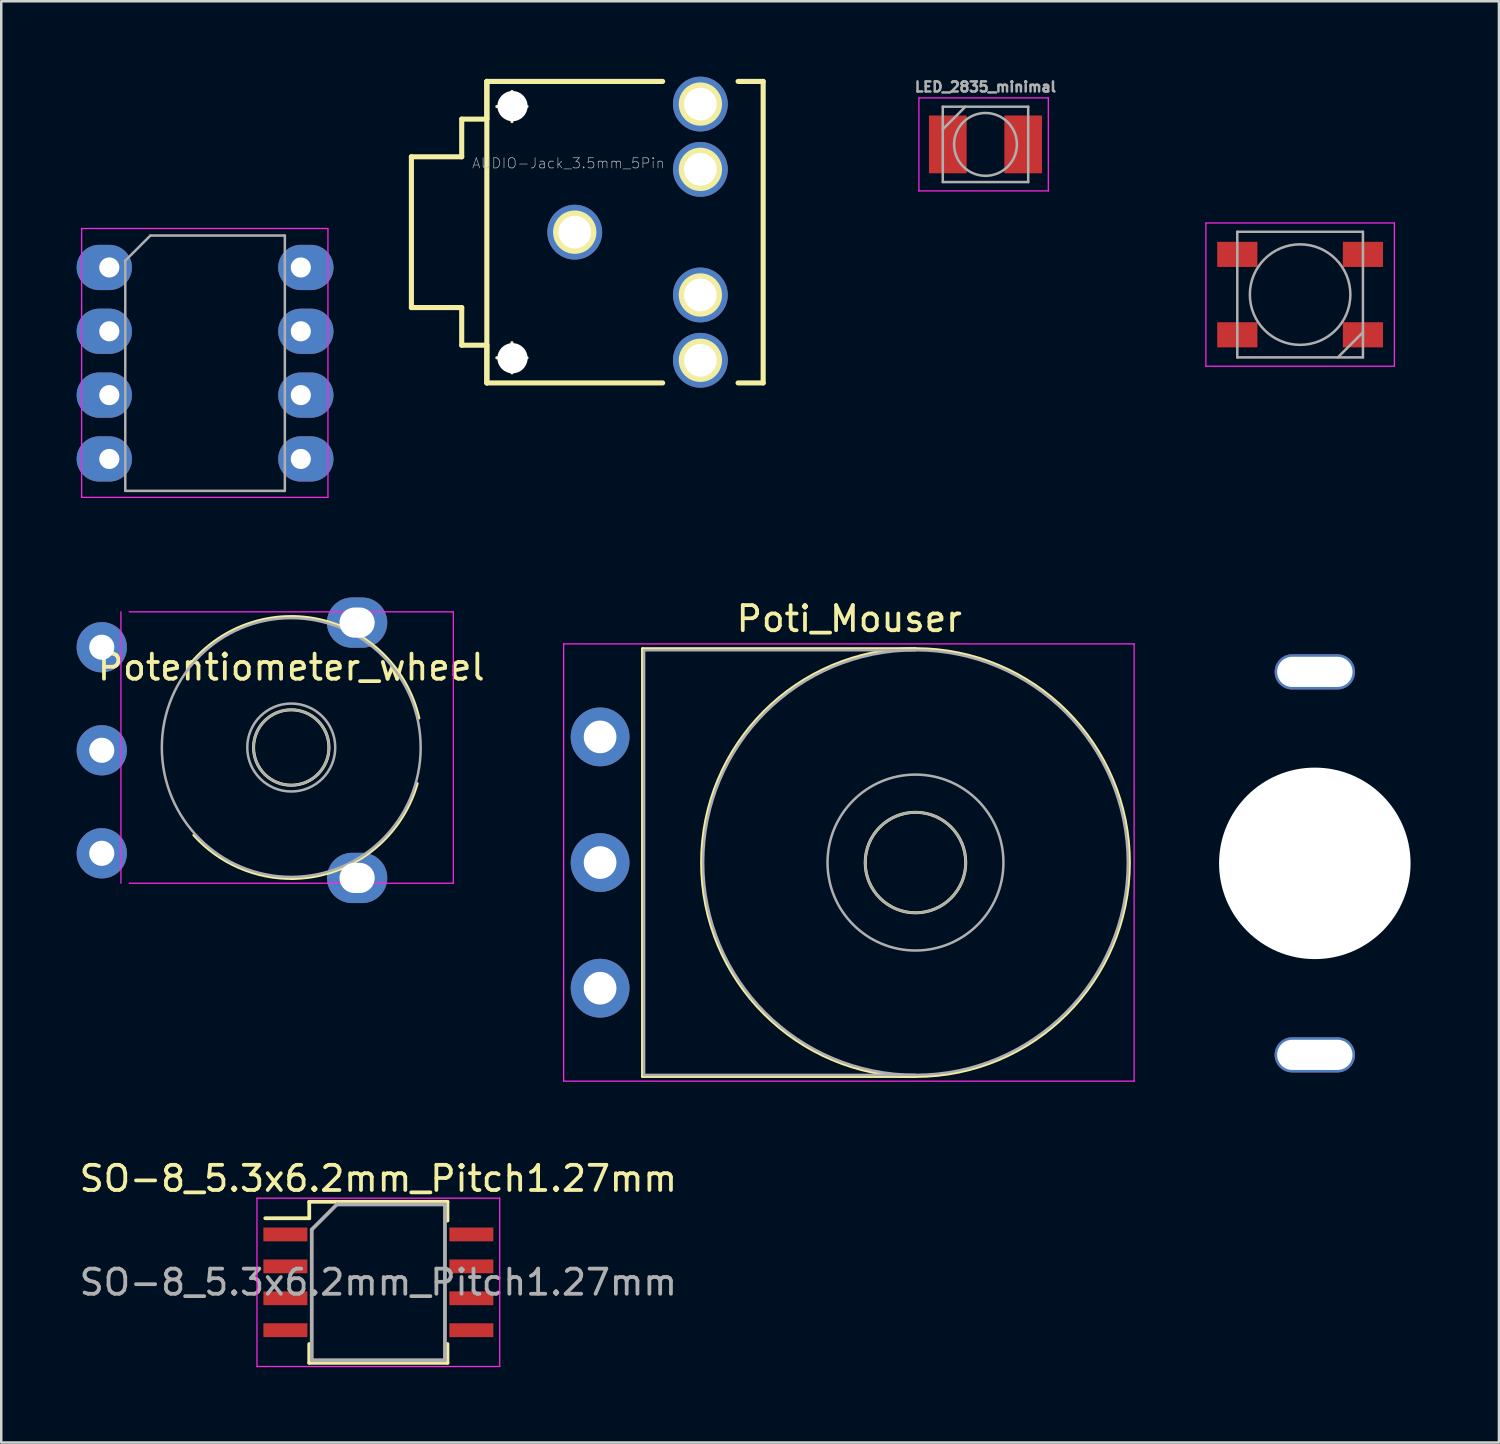
<source format=kicad_pcb>
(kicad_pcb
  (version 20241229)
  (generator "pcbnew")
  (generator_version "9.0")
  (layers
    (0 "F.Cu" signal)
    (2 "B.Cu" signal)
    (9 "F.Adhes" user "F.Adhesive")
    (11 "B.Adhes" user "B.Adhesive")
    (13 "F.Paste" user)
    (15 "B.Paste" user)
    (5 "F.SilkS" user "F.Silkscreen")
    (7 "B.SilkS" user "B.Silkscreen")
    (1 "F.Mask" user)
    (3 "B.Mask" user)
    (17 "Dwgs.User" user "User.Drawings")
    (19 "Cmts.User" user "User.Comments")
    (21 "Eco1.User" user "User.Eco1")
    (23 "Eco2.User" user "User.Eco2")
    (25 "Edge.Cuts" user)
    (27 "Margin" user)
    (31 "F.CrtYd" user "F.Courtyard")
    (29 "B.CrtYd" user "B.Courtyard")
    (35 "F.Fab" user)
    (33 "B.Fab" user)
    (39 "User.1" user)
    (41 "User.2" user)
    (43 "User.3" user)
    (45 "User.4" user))
  (footprint "Poti_Mouser"
    (layer "F.Cu")
    (at 20.83 36.274)
    (property "Reference" "Poti_Mouser" (at 9.915 -14.7 0) (layer "F.SilkS") (effects (font (size 1 1) (thickness 0.15))))
    (attr through_hole)
    (fp_line (start 1.69 -13.51) (end 1.69 3.51) (stroke (width 0.12) (type solid)) (layer "F.SilkS"))
    (fp_line (start 1.69 -13.51) (end 12.55 -13.51) (stroke (width 0.12) (type solid)) (layer "F.SilkS"))
    (fp_line (start 1.69 3.51) (end 12.55 3.51) (stroke (width 0.12) (type solid)) (layer "F.SilkS"))
    (fp_circle (center 12.55 -5) (end 14.55 -5) (stroke (width 0.12) (type solid)) (fill no) (layer "F.SilkS"))
    (fp_circle (center 12.55 -5) (end 21.06 -5) (stroke (width 0.12) (type solid)) (fill no) (layer "F.SilkS"))
    (fp_line (start -1.45 -13.7) (end -1.45 3.7) (stroke (width 0.05) (type solid)) (layer "F.CrtYd"))
    (fp_line (start -1.45 3.7) (end 21.25 3.7) (stroke (width 0.05) (type solid)) (layer "F.CrtYd"))
    (fp_line (start 21.25 -13.7) (end -1.45 -13.7) (stroke (width 0.05) (type solid)) (layer "F.CrtYd"))
    (fp_line (start 21.25 3.7) (end 21.25 -13.7) (stroke (width 0.05) (type solid)) (layer "F.CrtYd"))
    (fp_line (start 1.75 -13.45) (end 1.75 3.45) (stroke (width 0.1) (type solid)) (layer "F.Fab"))
    (fp_line (start 1.75 3.45) (end 12.55 3.45) (stroke (width 0.1) (type solid)) (layer "F.Fab"))
    (fp_line (start 12.55 -13.45) (end 1.75 -13.45) (stroke (width 0.1) (type solid)) (layer "F.Fab"))
    (fp_circle (center 12.55 -5) (end 14.55 -5) (stroke (width 0.1) (type solid)) (fill no) (layer "F.Fab"))
    (fp_circle (center 12.55 -5) (end 16.05 -5) (stroke (width 0.1) (type solid)) (fill no) (layer "F.Fab"))
    (fp_circle (center 12.55 -5) (end 21 -5) (stroke (width 0.1) (type solid)) (fill no) (layer "F.Fab"))
    (pad "1" thru_hole circle (at 0 0) (size 2.34 2.34) (drill 1.3) (layers "*.Cu" "*.Mask"))
    (pad "2" thru_hole circle (at 0 -5) (size 2.34 2.34) (drill 1.3) (layers "*.Cu" "*.Mask"))
    (pad "3" thru_hole circle (at 0 -10) (size 2.34 2.34) (drill 1.3) (layers "*.Cu" "*.Mask")))
  (footprint "SO-8_5.3x6.2mm_Pitch1.27mm"
    (layer "F.Cu")
    (at 12.006 47.978)
    (property "Reference" "SO-8_5.3x6.2mm_Pitch1.27mm" (at 0 -4.13 0) (layer "F.SilkS") (effects (font (size 1 1) (thickness 0.15))))
    (attr smd)
    (fp_line (start -2.75 -3.205) (end -2.75 -2.55) (stroke (width 0.15) (type solid)) (layer "F.SilkS"))
    (fp_line (start -2.75 -3.205) (end 2.75 -3.205) (stroke (width 0.15) (type solid)) (layer "F.SilkS"))
    (fp_line (start -2.75 -2.55) (end -4.5 -2.55) (stroke (width 0.15) (type solid)) (layer "F.SilkS"))
    (fp_line (start -2.75 3.205) (end -2.75 2.455) (stroke (width 0.15) (type solid)) (layer "F.SilkS"))
    (fp_line (start -2.75 3.205) (end 2.75 3.205) (stroke (width 0.15) (type solid)) (layer "F.SilkS"))
    (fp_line (start 2.75 -3.205) (end 2.75 -2.455) (stroke (width 0.15) (type solid)) (layer "F.SilkS"))
    (fp_line (start 2.75 3.205) (end 2.75 2.455) (stroke (width 0.15) (type solid)) (layer "F.SilkS"))
    (fp_line (start -4.83 -3.35) (end -4.83 3.35) (stroke (width 0.05) (type solid)) (layer "F.CrtYd"))
    (fp_line (start -4.83 -3.35) (end 4.83 -3.35) (stroke (width 0.05) (type solid)) (layer "F.CrtYd"))
    (fp_line (start -4.83 3.35) (end 4.83 3.35) (stroke (width 0.05) (type solid)) (layer "F.CrtYd"))
    (fp_line (start 4.83 -3.35) (end 4.83 3.35) (stroke (width 0.05) (type solid)) (layer "F.CrtYd"))
    (fp_line (start -2.65 -2.1) (end -1.65 -3.1) (stroke (width 0.15) (type solid)) (layer "F.Fab"))
    (fp_line (start -2.65 3.1) (end -2.65 -2.1) (stroke (width 0.15) (type solid)) (layer "F.Fab"))
    (fp_line (start -1.65 -3.1) (end 2.65 -3.1) (stroke (width 0.15) (type solid)) (layer "F.Fab"))
    (fp_line (start 2.65 -3.1) (end 2.65 3.1) (stroke (width 0.15) (type solid)) (layer "F.Fab"))
    (fp_line (start 2.65 3.1) (end -2.65 3.1) (stroke (width 0.15) (type solid)) (layer "F.Fab"))
    (fp_text user "${REFERENCE}" (at 0 0 0) (layer "F.Fab") (effects (font (size 1 1) (thickness 0.15))))
    (pad "1" smd rect (at -3.7 -1.905) (size 1.75 0.55) (layers "F.Cu" "F.Mask" "F.Paste"))
    (pad "2" smd rect (at -3.7 -0.635) (size 1.75 0.55) (layers "F.Cu" "F.Mask" "F.Paste"))
    (pad "3" smd rect (at -3.7 0.635) (size 1.75 0.55) (layers "F.Cu" "F.Mask" "F.Paste"))
    (pad "4" smd rect (at -3.7 1.905) (size 1.75 0.55) (layers "F.Cu" "F.Mask" "F.Paste"))
    (pad "5" smd rect (at 3.7 1.905) (size 1.75 0.55) (layers "F.Cu" "F.Mask" "F.Paste"))
    (pad "6" smd rect (at 3.7 0.635) (size 1.75 0.55) (layers "F.Cu" "F.Mask" "F.Paste"))
    (pad "7" smd rect (at 3.7 -0.635) (size 1.75 0.55) (layers "F.Cu" "F.Mask" "F.Paste"))
    (pad "8" smd rect (at 3.7 -1.905) (size 1.75 0.55) (layers "F.Cu" "F.Mask" "F.Paste")))
  (footprint "Push_SWITCH_hole"
    (layer "F.Cu")
    (at 49.271 31.306)
    (property "Reference" "Push_SWITCH_hole" (at -3.048 -3.556 90) (layer "Eco2.User") (effects (font (size 1 1) (thickness 0.178))))
    (attr exclude_from_pos_files exclude_from_bom)
    (fp_circle (center 0 0) (end -1.27 2.794) (stroke (width 0.15) (type solid)) (fill no) (layer "Dwgs.User"))
    (fp_line (start -4.064 -5.588) (end -4.064 5.334) (stroke (width 0.203) (type solid)) (layer "Eco2.User"))
    (fp_line (start -4.064 5.334) (end -3.048 6.35) (stroke (width 0.15) (type solid)) (layer "Eco2.User"))
    (fp_line (start -3.302 -6.35) (end -4.064 -5.588) (stroke (width 0.15) (type solid)) (layer "Eco2.User"))
    (fp_line (start -1.778 6.35) (end -3.048 6.35) (stroke (width 0.203) (type solid)) (layer "Eco2.User"))
    (fp_line (start -1.748 -6.35) (end -3.302 -6.35) (stroke (width 0.203) (type solid)) (layer "Eco2.User"))
    (fp_line (start 3.048 6.35) (end 1.748 6.35) (stroke (width 0.203) (type solid)) (layer "Eco2.User"))
    (fp_line (start 3.302 -6.35) (end 1.748 -6.35) (stroke (width 0.203) (type solid)) (layer "Eco2.User"))
    (fp_line (start 3.302 -6.35) (end 4.064 -5.588) (stroke (width 0.15) (type solid)) (layer "Eco2.User"))
    (fp_line (start 4.064 5.334) (end 3.048 6.35) (stroke (width 0.15) (type solid)) (layer "Eco2.User"))
    (fp_line (start 4.064 5.334) (end 4.064 -5.588) (stroke (width 0.203) (type solid)) (layer "Eco2.User"))
    (fp_circle (center 0 0) (end -1.524 1.778) (stroke (width 0.15) (type solid)) (fill no) (layer "Eco2.User"))
    (pad "" np_thru_hole circle (at 0 0) (size 7.62 7.62) (drill 7.62) (layers "*.Cu" "*.Mask"))
    (pad "1" thru_hole oval (at 0 -7.62) (size 3.2 1.4) (drill oval 3 1.2) (layers "F.Cu" "F.Mask"))
    (pad "2" thru_hole oval (at 0 7.62) (size 3.2 1.4) (drill oval 3 1.2) (layers "F.Cu" "F.Mask")))
  (footprint "LED_2835_minimal"
    (layer "F.Cu")
    (at 36.166 2.696)
    (property "Reference" "LED_2835_minimal" (at 0 0 0) (layer "Eco2.User") (effects (font (size 1 0.8) (thickness 0.15))))
    (attr smd)
    (fp_line (start -2.65 -1.85) (end 2.5 -1.85) (stroke (width 0.05) (type solid)) (layer "F.CrtYd"))
    (fp_line (start -2.65 1.85) (end -2.65 -1.85) (stroke (width 0.05) (type solid)) (layer "F.CrtYd"))
    (fp_line (start 2.5 -1.85) (end 2.5 1.85) (stroke (width 0.05) (type solid)) (layer "F.CrtYd"))
    (fp_line (start 2.5 1.85) (end -2.65 1.85) (stroke (width 0.05) (type solid)) (layer "F.CrtYd"))
    (fp_line (start -1.7 -1.5) (end -1.7 1.5) (stroke (width 0.1) (type solid)) (layer "F.Fab"))
    (fp_line (start -1.7 -0.6) (end -0.8 -1.5) (stroke (width 0.1) (type solid)) (layer "F.Fab"))
    (fp_line (start -1.7 1.5) (end 1.7 1.5) (stroke (width 0.1) (type solid)) (layer "F.Fab"))
    (fp_line (start 1.7 -1.5) (end -1.7 -1.5) (stroke (width 0.1) (type solid)) (layer "F.Fab"))
    (fp_line (start 1.7 1.5) (end 1.7 -1.5) (stroke (width 0.1) (type solid)) (layer "F.Fab"))
    (fp_circle (center 0 0) (end 0 -1.25) (stroke (width 0.1) (type solid)) (fill no) (layer "F.Fab"))
    (fp_text user "${REFERENCE}" (at 0 -2.286 0) (layer "F.Fab") (effects (font (size 0.4 0.4) (thickness 0.1))))
    (pad "1" smd rect (at -1.5 0) (size 1.5 2.3) (layers "F.Cu" "F.Mask" "F.Paste"))
    (pad "2" smd rect (at 1.5 0) (size 1.5 2.3) (layers "F.Cu" "F.Mask" "F.Paste")))
  (footprint "Potentiometer_wheel"
    (layer "F.Cu")
    (at 8.62 26.806)
    (property "Reference" "Potentiometer_wheel" (at -0.08 -3.302 0) (layer "F.SilkS") (effects (font (size 1 1) (thickness 0.15))))
    (attr through_hole)
    (fp_arc (start -4.070617 -3.459947) (mid 1.137378 -5.176079) (end 4.997 -1.281) (stroke (width 0.12) (type solid)) (layer "F.SilkS"))
    (fp_arc (start 0.010657 5.099257) (mid -2.157749 4.667817) (end -3.952 3.376) (stroke (width 0.12) (type solid)) (layer "F.SilkS"))
    (fp_arc (start 4.928173 1.326071) (mid 3.055456 4.050891) (end -0.08 5.1) (stroke (width 0.12) (type solid)) (layer "F.SilkS"))
    (fp_circle (center -0.08 -0.11) (end 1.42 -0.11) (stroke (width 0.12) (type solid)) (fill no) (layer "F.SilkS"))
    (fp_line (start -6.858 -5.51) (end -6.858 5.29) (stroke (width 0.05) (type solid)) (layer "F.CrtYd"))
    (fp_line (start -6.53 5.29) (end 6.37 5.29) (stroke (width 0.05) (type solid)) (layer "F.CrtYd"))
    (fp_line (start 6.37 -5.51) (end -6.53 -5.51) (stroke (width 0.05) (type solid)) (layer "F.CrtYd"))
    (fp_line (start 6.37 5.29) (end 6.37 -5.51) (stroke (width 0.05) (type solid)) (layer "F.CrtYd"))
    (fp_circle (center -0.08 -0.11) (end 1.42 -0.11) (stroke (width 0.1) (type solid)) (fill no) (layer "F.Fab"))
    (fp_circle (center -0.08 -0.11) (end 1.67 -0.11) (stroke (width 0.1) (type solid)) (fill no) (layer "F.Fab"))
    (fp_circle (center -0.08 -0.11) (end 5.07 -0.11) (stroke (width 0.1) (type solid)) (fill no) (layer "F.Fab"))
    (pad "" thru_hole oval (at 2.54 -5.08) (size 2.4 2) (drill oval 1.4 1.2) (layers "*.Cu" "*.Mask"))
    (pad "" thru_hole oval (at 2.54 5.08) (size 2.4 2) (drill oval 1.4 1.2) (layers "*.Cu" "*.Mask"))
    (pad "1" thru_hole circle (at -7.62 -4.1) (size 2 2) (drill 1) (layers "*.Cu" "*.Mask"))
    (pad "2" thru_hole circle (at -7.62 0) (size 2 2) (drill 1) (layers "*.Cu" "*.Mask"))
    (pad "3" thru_hole circle (at -7.62 4.1) (size 2 2) (drill 1) (layers "*.Cu" "*.Mask")))
  (footprint "Mixtape_NEO_WS2812B"
    (layer "F.Cu")
    (at 48.686 8.673)
    (property "Reference" "Mixtape_NEO_WS2812B" (at 4.064 0 90) (layer "Eco2.User") (effects (font (size 1 1) (thickness 0.15))))
    (attr smd)
    (fp_line (start -3.75 -2.85) (end -3.75 2.85) (stroke (width 0.05) (type solid)) (layer "F.CrtYd"))
    (fp_line (start -3.75 2.85) (end 3.75 2.85) (stroke (width 0.05) (type solid)) (layer "F.CrtYd"))
    (fp_line (start 3.75 -2.85) (end -3.75 -2.85) (stroke (width 0.05) (type solid)) (layer "F.CrtYd"))
    (fp_line (start 3.75 2.85) (end 3.75 -2.85) (stroke (width 0.05) (type solid)) (layer "F.CrtYd"))
    (fp_line (start -2.5 -2.5) (end -2.5 2.5) (stroke (width 0.1) (type solid)) (layer "F.Fab"))
    (fp_line (start -2.5 2.5) (end 2.5 2.5) (stroke (width 0.1) (type solid)) (layer "F.Fab"))
    (fp_line (start 2.5 -2.5) (end -2.5 -2.5) (stroke (width 0.1) (type solid)) (layer "F.Fab"))
    (fp_line (start 2.5 1.5) (end 1.5 2.5) (stroke (width 0.1) (type solid)) (layer "F.Fab"))
    (fp_line (start 2.5 2.5) (end 2.5 -2.5) (stroke (width 0.1) (type solid)) (layer "F.Fab"))
    (fp_circle (center 0 0) (end 0 -2) (stroke (width 0.1) (type solid)) (fill no) (layer "F.Fab"))
    (pad "1" smd rect (at -2.5 -1.6) (size 1.6 1) (layers "F.Cu" "F.Mask" "F.Paste"))
    (pad "2" smd rect (at -2.5 1.6) (size 1.6 1) (layers "F.Cu" "F.Mask" "F.Paste"))
    (pad "3" smd rect (at 2.5 1.6) (size 1.6 1) (layers "F.Cu" "F.Mask" "F.Paste"))
    (pad "4" smd rect (at 2.5 -1.6) (size 1.6 1) (layers "F.Cu" "F.Mask" "F.Paste")))
  (footprint "AUDIO-Jack_3.5mm_5Pin"
    (layer "F.Cu")
    (at 19.821 6.189)
    (property "Reference" "AUDIO-Jack_3.5mm_5Pin" (at -0.254 -2.743 0) (layer "Dwgs.User") (effects (font (size 0.406 0.406) (thickness 0.025))))
    (attr exclude_from_pos_files exclude_from_bom)
    (fp_line (start -6.5 -3) (end -6.5 3) (stroke (width 0.203) (type solid)) (layer "F.SilkS"))
    (fp_line (start -6.5 -3) (end -4.498 -3) (stroke (width 0.203) (type solid)) (layer "F.SilkS"))
    (fp_line (start -6.5 3) (end -4.498 3) (stroke (width 0.203) (type solid)) (layer "F.SilkS"))
    (fp_line (start -4.498 -4.498) (end -4.498 -3) (stroke (width 0.203) (type solid)) (layer "F.SilkS"))
    (fp_line (start -4.498 -4.498) (end -3.498 -4.498) (stroke (width 0.203) (type solid)) (layer "F.SilkS"))
    (fp_line (start -4.498 3) (end -4.498 4.498) (stroke (width 0.203) (type solid)) (layer "F.SilkS"))
    (fp_line (start -4.498 4.498) (end -3.498 4.498) (stroke (width 0.203) (type solid)) (layer "F.SilkS"))
    (fp_line (start -3.498 -5.999) (end -3.498 -4.498) (stroke (width 0.203) (type solid)) (layer "F.SilkS"))
    (fp_line (start -3.498 -5.999) (end -3.498 5.999) (stroke (width 0.203) (type solid)) (layer "F.SilkS"))
    (fp_line (start -3.498 -5.999) (end 3.498 -5.999) (stroke (width 0.203) (type solid)) (layer "F.SilkS"))
    (fp_line (start -3.498 4.498) (end -3.498 5.999) (stroke (width 0.203) (type solid)) (layer "F.SilkS"))
    (fp_line (start -3.498 5.999) (end 3.498 5.999) (stroke (width 0.203) (type solid)) (layer "F.SilkS"))
    (fp_line (start -3.099 -4.999) (end -1.9 -4.999) (stroke (width 0.127) (type solid)) (layer "F.SilkS"))
    (fp_line (start -3.099 4.999) (end -1.9 4.999) (stroke (width 0.127) (type solid)) (layer "F.SilkS"))
    (fp_line (start -2.499 -4.399) (end -2.499 -5.598) (stroke (width 0.127) (type solid)) (layer "F.SilkS"))
    (fp_line (start -2.499 5.598) (end -2.499 4.399) (stroke (width 0.127) (type solid)) (layer "F.SilkS"))
    (fp_line (start 7.498 -5.999) (end 6.5 -5.999) (stroke (width 0.203) (type solid)) (layer "F.SilkS"))
    (fp_line (start 7.498 -5.999) (end 7.498 5.999) (stroke (width 0.203) (type solid)) (layer "F.SilkS"))
    (fp_line (start 7.498 5.999) (end 6.5 5.999) (stroke (width 0.203) (type solid)) (layer "F.SilkS"))
    (fp_circle (center -2.499 -4.999) (end -2.799 -5.298) (stroke (width 0.127) (type solid)) (fill no) (layer "F.SilkS"))
    (fp_circle (center -2.499 4.999) (end -2.799 5.298) (stroke (width 0.127) (type solid)) (fill no) (layer "F.SilkS"))
    (fp_circle (center 0 0) (end -0.61 0.61) (stroke (width 0) (type solid)) (fill yes) (layer "F.SilkS"))
    (fp_circle (center 0 0) (end -0.33 0.33) (stroke (width 0) (type solid)) (fill yes) (layer "F.SilkS"))
    (fp_circle (center 4.999 -5.098) (end 5.329 -5.428) (stroke (width 0) (type solid)) (fill yes) (layer "F.SilkS"))
    (fp_circle (center 4.999 -5.098) (end 5.608 -5.707) (stroke (width 0) (type solid)) (fill yes) (layer "F.SilkS"))
    (fp_circle (center 4.999 -2.499) (end 5.329 -2.83) (stroke (width 0) (type solid)) (fill yes) (layer "F.SilkS"))
    (fp_circle (center 4.999 -2.499) (end 5.608 -3.109) (stroke (width 0) (type solid)) (fill yes) (layer "F.SilkS"))
    (fp_circle (center 4.999 2.499) (end 5.329 2.83) (stroke (width 0) (type solid)) (fill yes) (layer "F.SilkS"))
    (fp_circle (center 4.999 2.499) (end 5.608 3.109) (stroke (width 0) (type solid)) (fill yes) (layer "F.SilkS"))
    (fp_circle (center 4.999 5.098) (end 5.329 5.428) (stroke (width 0) (type solid)) (fill yes) (layer "F.SilkS"))
    (fp_circle (center 4.999 5.098) (end 5.608 5.707) (stroke (width 0) (type solid)) (fill yes) (layer "F.SilkS"))
    (pad "" np_thru_hole circle (at -2.477 -5.016) (size 1.2 1.2) (drill 1.2) (layers "*.Cu" "*.Mask"))
    (pad "" np_thru_hole circle (at -2.477 5.016) (size 1.2 1.2) (drill 1.2) (layers "*.Cu" "*.Mask"))
    (pad "1" thru_hole circle (at 0 0) (size 2.182 2.182) (drill 1.298) (layers "*.Cu" "*.Mask"))
    (pad "2" thru_hole circle (at 4.999 5.098) (size 2.182 2.182) (drill 1.298) (layers "*.Cu" "*.Mask"))
    (pad "3" thru_hole circle (at 4.999 -5.098) (size 2.182 2.182) (drill 1.298) (layers "*.Cu" "*.Mask"))
    (pad "5" thru_hole circle (at 4.999 2.499) (size 2.182 2.182) (drill 1.298) (layers "*.Cu" "*.Mask"))
    (pad "6" thru_hole circle (at 4.999 -2.499) (size 2.182 2.182) (drill 1.298) (layers "*.Cu" "*.Mask")))
  (footprint "Attiny_DIP-8_W7.62mm"
    (layer "F.Cu")
    (at 1.3 7.593)
    (property "Reference" "Attiny_DIP-8_W7.62mm" (at 3.81 1.27 90) (layer "Eco2.User") (effects (font (size 1 1) (thickness 0.15))))
    (attr through_hole)
    (fp_line (start -1.1 -1.55) (end -1.1 9.15) (stroke (width 0.05) (type solid)) (layer "F.CrtYd"))
    (fp_line (start -1.1 9.15) (end 8.7 9.15) (stroke (width 0.05) (type solid)) (layer "F.CrtYd"))
    (fp_line (start 8.7 -1.55) (end -1.1 -1.55) (stroke (width 0.05) (type solid)) (layer "F.CrtYd"))
    (fp_line (start 8.7 9.15) (end 8.7 -1.55) (stroke (width 0.05) (type solid)) (layer "F.CrtYd"))
    (fp_line (start 0.635 -0.27) (end 1.635 -1.27) (stroke (width 0.1) (type solid)) (layer "F.Fab"))
    (fp_line (start 0.635 8.89) (end 0.635 -0.27) (stroke (width 0.1) (type solid)) (layer "F.Fab"))
    (fp_line (start 1.635 -1.27) (end 6.985 -1.27) (stroke (width 0.1) (type solid)) (layer "F.Fab"))
    (fp_line (start 6.985 -1.27) (end 6.985 8.89) (stroke (width 0.1) (type solid)) (layer "F.Fab"))
    (fp_line (start 6.985 8.89) (end 0.635 8.89) (stroke (width 0.1) (type solid)) (layer "F.Fab"))
    (pad "1" thru_hole oval (at 0 0) (size 2.2 1.8) (drill 0.8 (offset -0.2 0)) (layers "*.Cu" "*.Mask"))
    (pad "2" thru_hole oval (at 0 2.54) (size 2.2 1.8) (drill 0.8 (offset -0.2 0)) (layers "*.Cu" "*.Mask"))
    (pad "3" thru_hole oval (at 0 5.08) (size 2.2 1.8) (drill 0.8 (offset -0.2 0)) (layers "*.Cu" "*.Mask"))
    (pad "4" thru_hole oval (at 0 7.62) (size 2.2 1.8) (drill 0.8 (offset -0.2 0)) (layers "*.Cu" "*.Mask"))
    (pad "5" thru_hole oval (at 7.62 7.62) (size 2.2 1.8) (drill 0.8 (offset 0.2 0)) (layers "*.Cu" "*.Mask"))
    (pad "6" thru_hole oval (at 7.62 5.08) (size 2.2 1.8) (drill 0.8 (offset 0.2 0)) (layers "*.Cu" "*.Mask"))
    (pad "7" thru_hole oval (at 7.62 2.54) (size 2.2 1.8) (drill 0.8 (offset 0.2 0)) (layers "*.Cu" "*.Mask"))
    (pad "8" thru_hole oval (at 7.62 0) (size 2.2 1.8) (drill 0.8 (offset 0.2 0)) (layers "*.Cu" "*.Mask")))
  (gr_rect
    (start -3 -3)
    (end 56.598 54.353)
    (stroke (width 0.1) (type default))
    (fill no)
    (layer "Edge.Cuts")))
</source>
